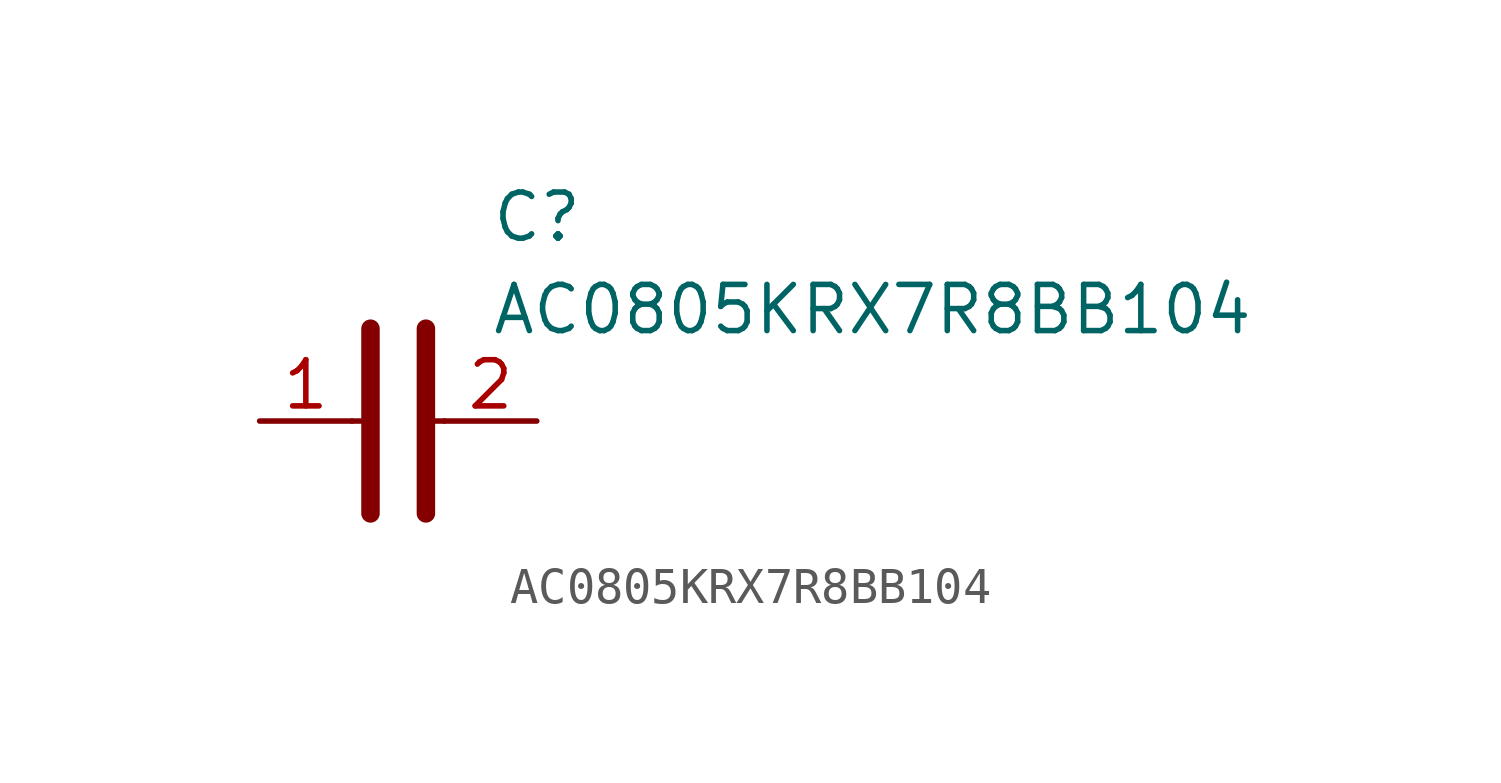
<source format=kicad_sym>
(kicad_symbol_lib
  (version 20231120)
  (generator "kicad_symbol_editor")
  (generator_version "8.0")
  (symbol "AC0805KRX7R8BB104"
    (pin_names hide)
    (property "Reference" "C"
      (at 8.89 6.35 0)
      (effects (font (size 1.27 1.27)) (justify left top)))
    (property "Value" "AC0805KRX7R8BB104"
      (at 8.89 3.81 0)
      (effects (font (size 1.27 1.27)) (justify left top)))
    (symbol "AC0805KRX7R8BB104_1_1"
      (polyline (pts (xy 5.08 0) (xy 5.588 0)) (stroke (width 0.152) (type default)) (fill (type none)))
      (polyline (pts (xy 5.588 2.54) (xy 5.588 -2.54)) (stroke (width 0.508) (type default)) (fill (type none)))
      (polyline (pts (xy 7.112 0) (xy 7.62 0)) (stroke (width 0.152) (type default)) (fill (type none)))
      (polyline (pts (xy 7.112 2.54) (xy 7.112 -2.54)) (stroke (width 0.508) (type default)) (fill (type none)))
      (pin passive line (at 2.54 0 0) (length 2.54) (name "1" (effects (font (size 1.27 1.27)))) (number "1" (effects (font (size 1.27 1.27)))))
      (pin passive line (at 10.16 0 180) (length 2.54) (name "2" (effects (font (size 1.27 1.27)))) (number "2" (effects (font (size 1.27 1.27))))))))
</source>
